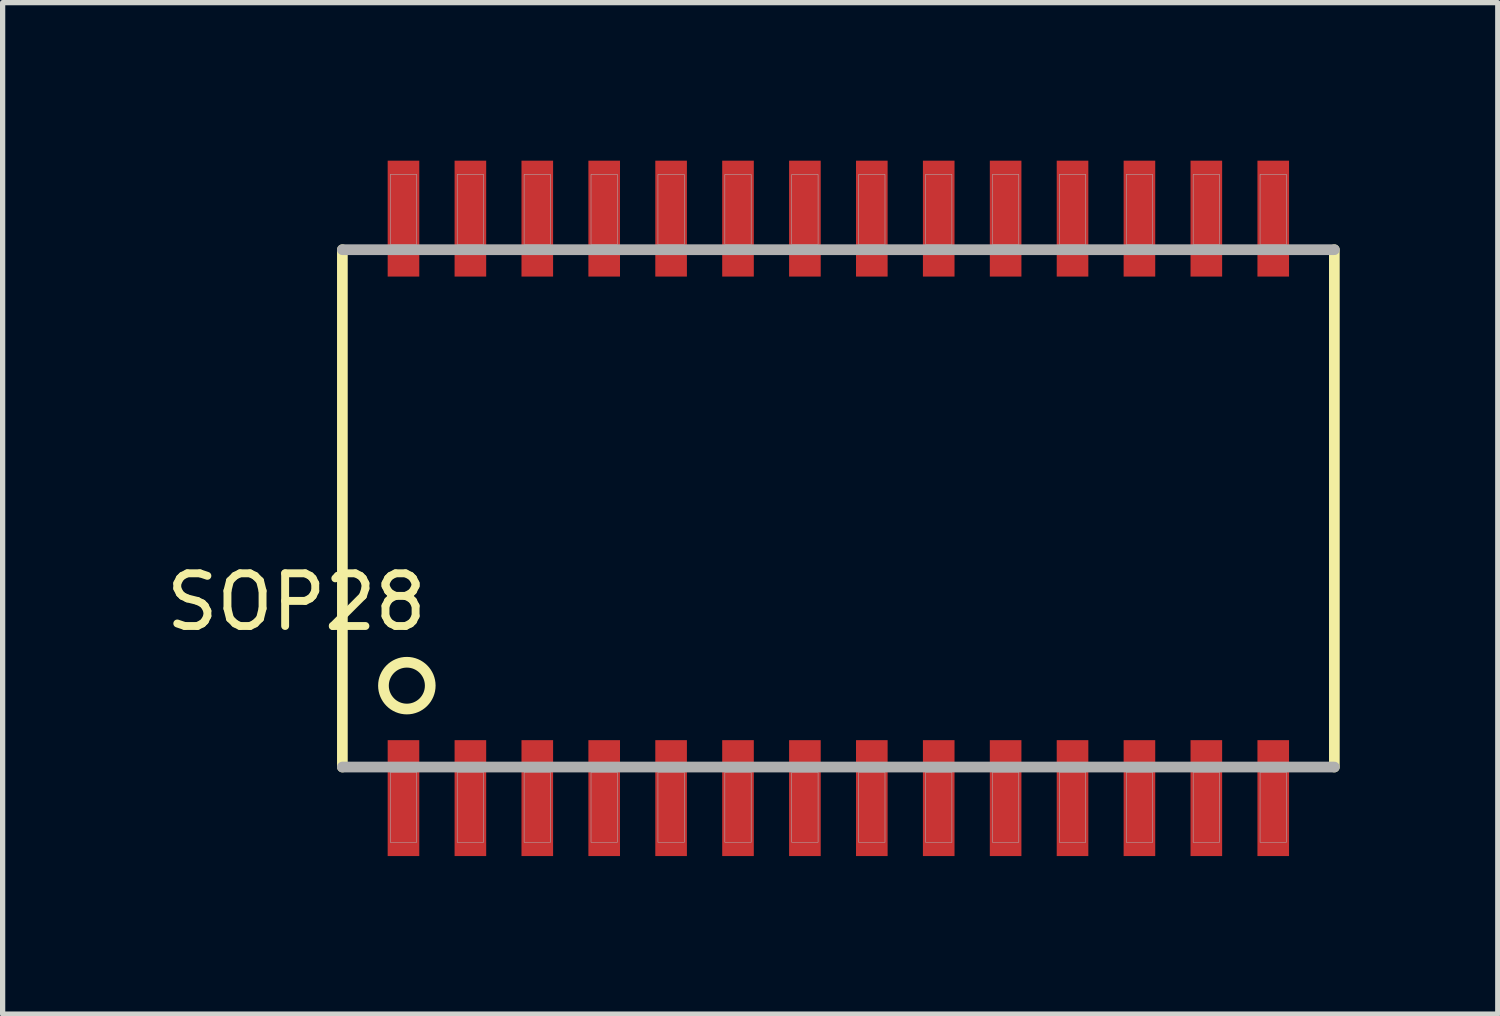
<source format=kicad_pcb>
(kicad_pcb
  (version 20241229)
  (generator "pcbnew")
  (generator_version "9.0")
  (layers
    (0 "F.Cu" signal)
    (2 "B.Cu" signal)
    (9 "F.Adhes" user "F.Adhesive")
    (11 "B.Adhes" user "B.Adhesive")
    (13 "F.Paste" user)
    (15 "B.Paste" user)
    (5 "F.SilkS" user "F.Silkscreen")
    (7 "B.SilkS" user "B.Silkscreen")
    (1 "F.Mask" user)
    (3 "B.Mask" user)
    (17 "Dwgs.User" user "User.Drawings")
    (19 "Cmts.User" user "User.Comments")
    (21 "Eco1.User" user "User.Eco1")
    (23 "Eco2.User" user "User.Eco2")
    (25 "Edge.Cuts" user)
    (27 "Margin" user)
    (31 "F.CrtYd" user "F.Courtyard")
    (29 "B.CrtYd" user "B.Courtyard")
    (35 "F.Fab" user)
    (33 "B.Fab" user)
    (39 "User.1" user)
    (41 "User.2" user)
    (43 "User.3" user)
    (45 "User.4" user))
  (footprint "SOP28"
    (layer "F.Cu")
    (at 11.594 6.6)
    (property "Reference" "SOP28" (at -9.017 1.778 180) (layer "F.SilkS") (effects (font (size 1 1) (thickness 0.15))))
    (attr smd)
    (fp_line (start -8.145 4.91) (end -8.145 -4.91) (stroke (width 0.203) (type solid)) (layer "F.SilkS"))
    (fp_line (start 10.685 -4.91) (end 10.685 4.91) (stroke (width 0.203) (type solid)) (layer "F.SilkS"))
    (fp_circle (center -6.921 3.365) (end -6.477 3.365) (stroke (width 0.203) (type solid)) (fill no) (layer "F.SilkS"))
    (fp_line (start -8.145 -4.91) (end 10.685 -4.91) (stroke (width 0.203) (type solid)) (layer "F.Fab"))
    (fp_line (start 10.685 4.91) (end -8.145 4.91) (stroke (width 0.203) (type solid)) (layer "F.Fab"))
    (fp_poly (pts (xy -7.235 -6.34) (xy -6.735 -6.34) (xy -6.735 -5.01) (xy -7.235 -5.01)) (stroke (width 0.01) (type solid)) (fill no) (layer "F.Fab"))
    (fp_poly (pts (xy -7.235 5.01) (xy -6.735 5.01) (xy -6.735 6.34) (xy -7.235 6.34)) (stroke (width 0.01) (type solid)) (fill no) (layer "F.Fab"))
    (fp_poly (pts (xy -5.965 -6.34) (xy -5.465 -6.34) (xy -5.465 -5.01) (xy -5.965 -5.01)) (stroke (width 0.01) (type solid)) (fill no) (layer "F.Fab"))
    (fp_poly (pts (xy -5.965 5.01) (xy -5.465 5.01) (xy -5.465 6.34) (xy -5.965 6.34)) (stroke (width 0.01) (type solid)) (fill no) (layer "F.Fab"))
    (fp_poly (pts (xy -4.695 -6.34) (xy -4.195 -6.34) (xy -4.195 -5.01) (xy -4.695 -5.01)) (stroke (width 0.01) (type solid)) (fill no) (layer "F.Fab"))
    (fp_poly (pts (xy -4.695 5.01) (xy -4.195 5.01) (xy -4.195 6.34) (xy -4.695 6.34)) (stroke (width 0.01) (type solid)) (fill no) (layer "F.Fab"))
    (fp_poly (pts (xy -3.425 -6.34) (xy -2.925 -6.34) (xy -2.925 -5.01) (xy -3.425 -5.01)) (stroke (width 0.01) (type solid)) (fill no) (layer "F.Fab"))
    (fp_poly (pts (xy -3.425 5.01) (xy -2.925 5.01) (xy -2.925 6.34) (xy -3.425 6.34)) (stroke (width 0.01) (type solid)) (fill no) (layer "F.Fab"))
    (fp_poly (pts (xy -2.155 -6.34) (xy -1.655 -6.34) (xy -1.655 -5.01) (xy -2.155 -5.01)) (stroke (width 0.01) (type solid)) (fill no) (layer "F.Fab"))
    (fp_poly (pts (xy -2.155 5.01) (xy -1.655 5.01) (xy -1.655 6.34) (xy -2.155 6.34)) (stroke (width 0.01) (type solid)) (fill no) (layer "F.Fab"))
    (fp_poly (pts (xy -0.885 -6.34) (xy -0.385 -6.34) (xy -0.385 -5.01) (xy -0.885 -5.01)) (stroke (width 0.01) (type solid)) (fill no) (layer "F.Fab"))
    (fp_poly (pts (xy -0.885 5.01) (xy -0.385 5.01) (xy -0.385 6.34) (xy -0.885 6.34)) (stroke (width 0.01) (type solid)) (fill no) (layer "F.Fab"))
    (fp_poly (pts (xy 0.385 -6.34) (xy 0.885 -6.34) (xy 0.885 -5.01) (xy 0.385 -5.01)) (stroke (width 0.01) (type solid)) (fill no) (layer "F.Fab"))
    (fp_poly (pts (xy 0.385 5.01) (xy 0.885 5.01) (xy 0.885 6.34) (xy 0.385 6.34)) (stroke (width 0.01) (type solid)) (fill no) (layer "F.Fab"))
    (fp_poly (pts (xy 1.655 -6.34) (xy 2.155 -6.34) (xy 2.155 -5.01) (xy 1.655 -5.01)) (stroke (width 0.01) (type solid)) (fill no) (layer "F.Fab"))
    (fp_poly (pts (xy 1.655 5.01) (xy 2.155 5.01) (xy 2.155 6.34) (xy 1.655 6.34)) (stroke (width 0.01) (type solid)) (fill no) (layer "F.Fab"))
    (fp_poly (pts (xy 2.925 -6.34) (xy 3.425 -6.34) (xy 3.425 -5.01) (xy 2.925 -5.01)) (stroke (width 0.01) (type solid)) (fill no) (layer "F.Fab"))
    (fp_poly (pts (xy 2.925 5.01) (xy 3.425 5.01) (xy 3.425 6.34) (xy 2.925 6.34)) (stroke (width 0.01) (type solid)) (fill no) (layer "F.Fab"))
    (fp_poly (pts (xy 4.195 -6.34) (xy 4.695 -6.34) (xy 4.695 -5.01) (xy 4.195 -5.01)) (stroke (width 0.01) (type solid)) (fill no) (layer "F.Fab"))
    (fp_poly (pts (xy 4.195 5.01) (xy 4.695 5.01) (xy 4.695 6.34) (xy 4.195 6.34)) (stroke (width 0.01) (type solid)) (fill no) (layer "F.Fab"))
    (fp_poly (pts (xy 5.465 -6.34) (xy 5.965 -6.34) (xy 5.965 -5.01) (xy 5.465 -5.01)) (stroke (width 0.01) (type solid)) (fill no) (layer "F.Fab"))
    (fp_poly (pts (xy 5.465 5.01) (xy 5.965 5.01) (xy 5.965 6.34) (xy 5.465 6.34)) (stroke (width 0.01) (type solid)) (fill no) (layer "F.Fab"))
    (fp_poly (pts (xy 6.735 -6.34) (xy 7.235 -6.34) (xy 7.235 -5.01) (xy 6.735 -5.01)) (stroke (width 0.01) (type solid)) (fill no) (layer "F.Fab"))
    (fp_poly (pts (xy 6.735 5.01) (xy 7.235 5.01) (xy 7.235 6.34) (xy 6.735 6.34)) (stroke (width 0.01) (type solid)) (fill no) (layer "F.Fab"))
    (fp_poly (pts (xy 8.005 -6.34) (xy 8.505 -6.34) (xy 8.505 -5.01) (xy 8.005 -5.01)) (stroke (width 0.01) (type solid)) (fill no) (layer "F.Fab"))
    (fp_poly (pts (xy 8.005 5.01) (xy 8.505 5.01) (xy 8.505 6.34) (xy 8.005 6.34)) (stroke (width 0.01) (type solid)) (fill no) (layer "F.Fab"))
    (fp_poly (pts (xy 9.275 -6.34) (xy 9.775 -6.34) (xy 9.775 -5.01) (xy 9.275 -5.01)) (stroke (width 0.01) (type solid)) (fill no) (layer "F.Fab"))
    (fp_poly (pts (xy 9.275 5.01) (xy 9.775 5.01) (xy 9.775 6.34) (xy 9.275 6.34)) (stroke (width 0.01) (type solid)) (fill no) (layer "F.Fab"))
    (pad "1" smd rect (at -6.985 5.5) (size 0.6 2.2) (layers "F.Cu" "F.Mask" "F.Paste"))
    (pad "2" smd rect (at -5.715 5.5) (size 0.6 2.2) (layers "F.Cu" "F.Mask" "F.Paste"))
    (pad "3" smd rect (at -4.445 5.5) (size 0.6 2.2) (layers "F.Cu" "F.Mask" "F.Paste"))
    (pad "4" smd rect (at -3.175 5.5) (size 0.6 2.2) (layers "F.Cu" "F.Mask" "F.Paste"))
    (pad "5" smd rect (at -1.905 5.5) (size 0.6 2.2) (layers "F.Cu" "F.Mask" "F.Paste"))
    (pad "6" smd rect (at -0.635 5.5) (size 0.6 2.2) (layers "F.Cu" "F.Mask" "F.Paste"))
    (pad "7" smd rect (at 0.635 5.5) (size 0.6 2.2) (layers "F.Cu" "F.Mask" "F.Paste"))
    (pad "8" smd rect (at 1.905 5.5) (size 0.6 2.2) (layers "F.Cu" "F.Mask" "F.Paste"))
    (pad "9" smd rect (at 3.175 5.5) (size 0.6 2.2) (layers "F.Cu" "F.Mask" "F.Paste"))
    (pad "10" smd rect (at 4.445 5.5) (size 0.6 2.2) (layers "F.Cu" "F.Mask" "F.Paste"))
    (pad "11" smd rect (at 5.715 5.5) (size 0.6 2.2) (layers "F.Cu" "F.Mask" "F.Paste"))
    (pad "12" smd rect (at 6.985 5.5) (size 0.6 2.2) (layers "F.Cu" "F.Mask" "F.Paste"))
    (pad "13" smd rect (at 8.255 5.5) (size 0.6 2.2) (layers "F.Cu" "F.Mask" "F.Paste"))
    (pad "14" smd rect (at 9.525 5.5) (size 0.6 2.2) (layers "F.Cu" "F.Mask" "F.Paste"))
    (pad "15" smd rect (at 9.525 -5.5) (size 0.6 2.2) (layers "F.Cu" "F.Mask" "F.Paste"))
    (pad "16" smd rect (at 8.255 -5.5) (size 0.6 2.2) (layers "F.Cu" "F.Mask" "F.Paste"))
    (pad "17" smd rect (at 6.985 -5.5) (size 0.6 2.2) (layers "F.Cu" "F.Mask" "F.Paste"))
    (pad "18" smd rect (at 5.715 -5.5) (size 0.6 2.2) (layers "F.Cu" "F.Mask" "F.Paste"))
    (pad "19" smd rect (at 4.445 -5.5) (size 0.6 2.2) (layers "F.Cu" "F.Mask" "F.Paste"))
    (pad "20" smd rect (at 3.175 -5.5) (size 0.6 2.2) (layers "F.Cu" "F.Mask" "F.Paste"))
    (pad "21" smd rect (at 1.905 -5.5) (size 0.6 2.2) (layers "F.Cu" "F.Mask" "F.Paste"))
    (pad "22" smd rect (at 0.635 -5.5) (size 0.6 2.2) (layers "F.Cu" "F.Mask" "F.Paste"))
    (pad "23" smd rect (at -0.635 -5.5) (size 0.6 2.2) (layers "F.Cu" "F.Mask" "F.Paste"))
    (pad "24" smd rect (at -1.905 -5.5) (size 0.6 2.2) (layers "F.Cu" "F.Mask" "F.Paste"))
    (pad "25" smd rect (at -3.175 -5.5) (size 0.6 2.2) (layers "F.Cu" "F.Mask" "F.Paste"))
    (pad "26" smd rect (at -4.445 -5.5) (size 0.6 2.2) (layers "F.Cu" "F.Mask" "F.Paste"))
    (pad "27" smd rect (at -5.715 -5.5) (size 0.6 2.2) (layers "F.Cu" "F.Mask" "F.Paste"))
    (pad "28" smd rect (at -6.985 -5.5) (size 0.6 2.2) (layers "F.Cu" "F.Mask" "F.Paste")))
  (gr_rect
    (start -3 -3)
    (end 25.381 16.2)
    (stroke (width 0.1) (type default))
    (fill no)
    (layer "Edge.Cuts")))
</source>
